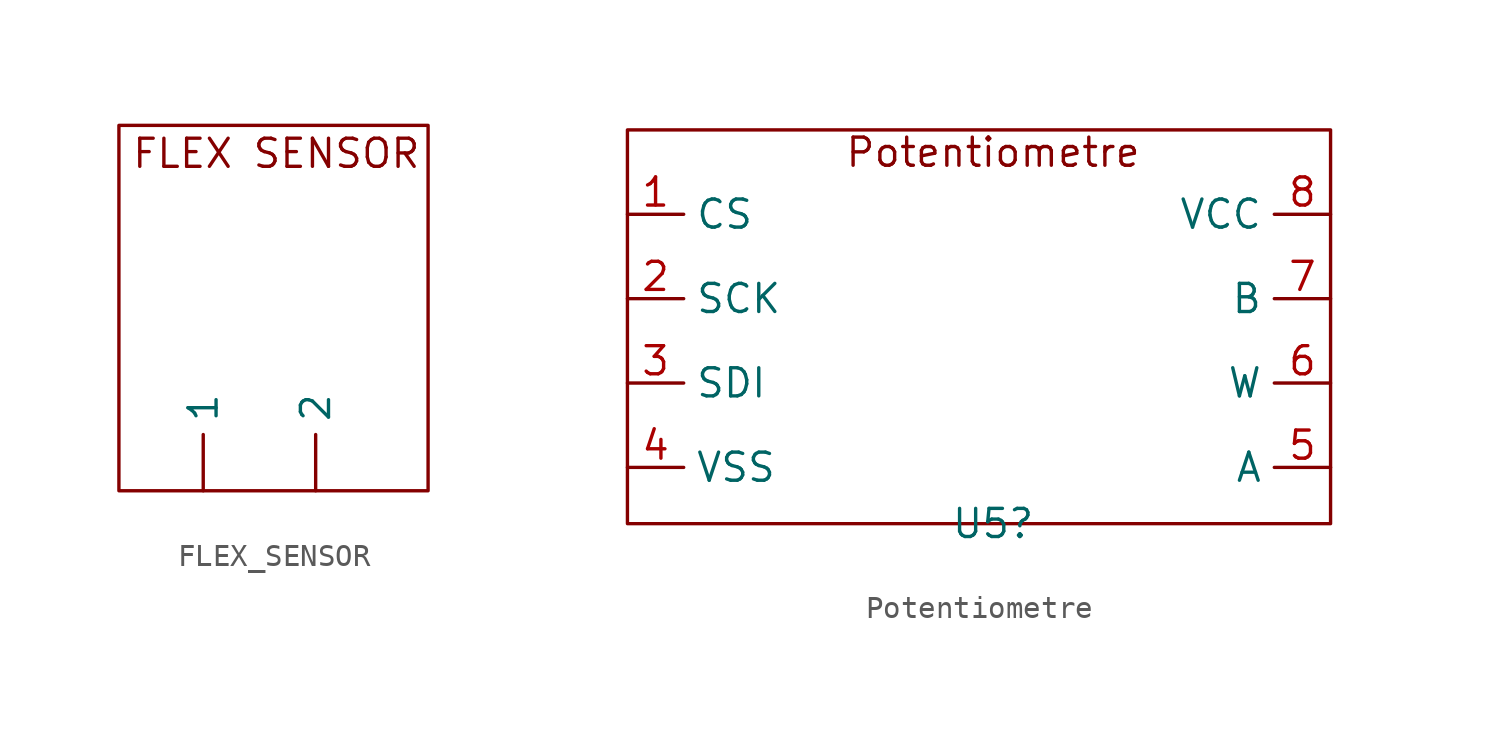
<source format=kicad_sym>
(kicad_symbol_lib
  (version 20241209)
  (generator "kicad_symbol_editor")
  (generator_version "9.0")
  (symbol "FLEX_SENSOR"
    (property "Reference" "U4"
      (at 1.27 -6.35 0)
      (effects (font (size 1.27 1.27)) (hide yes)))
    (property "Value" ""
      (at 0 0 0)
      (effects (font (size 1.27 1.27))))
    (symbol "FLEX_SENSOR_0_1"
      (rectangle (start -6.35 10.16) (end 7.62 -6.35) (stroke (width 0) (type default)) (fill (type none))))
    (symbol "FLEX_SENSOR_1_1"
      (text "FLEX SENSOR" (at 0.762 8.89 0) (effects (font (size 1.27 1.27))))
      (pin input line (at -2.54 -6.35 90) (length 2.54) (name "1" (effects (font (size 1.27 1.27)))) (number "" (effects (font (size 1.27 1.27)))))
      (pin input line (at 2.54 -6.35 90) (length 2.54) (name "2" (effects (font (size 1.27 1.27)))) (number "" (effects (font (size 1.27 1.27)))))))
  (symbol "Potentiometre"
    (property "Reference" "U5"
      (at 0 -7.62 0)
      (effects (font (size 1.27 1.27))))
    (property "Value" ""
      (at 0 0 0)
      (effects (font (size 1.27 1.27))))
    (symbol "Potentiometre_0_1"
      (rectangle (start -16.51 10.16) (end 15.24 -7.62) (stroke (width 0) (type default)) (fill (type none))))
    (symbol "Potentiometre_1_0"
      (pin input line (at -16.51 -5.08 0) (length 2.54) (name "VSS" (effects (font (size 1.27 1.27)))) (number "4" (effects (font (size 1.27 1.27)))))
      (pin input line (at 15.24 6.35 180) (length 2.54) (name "VCC" (effects (font (size 1.27 1.27)))) (number "8" (effects (font (size 1.27 1.27)))))
      (pin input line (at 15.24 2.54 180) (length 2.54) (name "B" (effects (font (size 1.27 1.27)))) (number "7" (effects (font (size 1.27 1.27)))))
      (pin input line (at 15.24 -1.27 180) (length 2.54) (name "W" (effects (font (size 1.27 1.27)))) (number "6" (effects (font (size 1.27 1.27)))))
      (pin input line (at 15.24 -5.08 180) (length 2.54) (name "A" (effects (font (size 1.27 1.27)))) (number "5" (effects (font (size 1.27 1.27))))))
    (symbol "Potentiometre_1_1"
      (text "Potentiometre\n" (at 0 9.144 0) (effects (font (size 1.27 1.27))))
      (pin input line (at -16.51 6.35 0) (length 2.54) (name "CS" (effects (font (size 1.27 1.27)))) (number "1" (effects (font (size 1.27 1.27)))))
      (pin input line (at -16.51 2.54 0) (length 2.54) (name "SCK" (effects (font (size 1.27 1.27)))) (number "2" (effects (font (size 1.27 1.27)))))
      (pin input line (at -16.51 -1.27 0) (length 2.54) (name "SDI" (effects (font (size 1.27 1.27)))) (number "3" (effects (font (size 1.27 1.27))))))))
</source>
